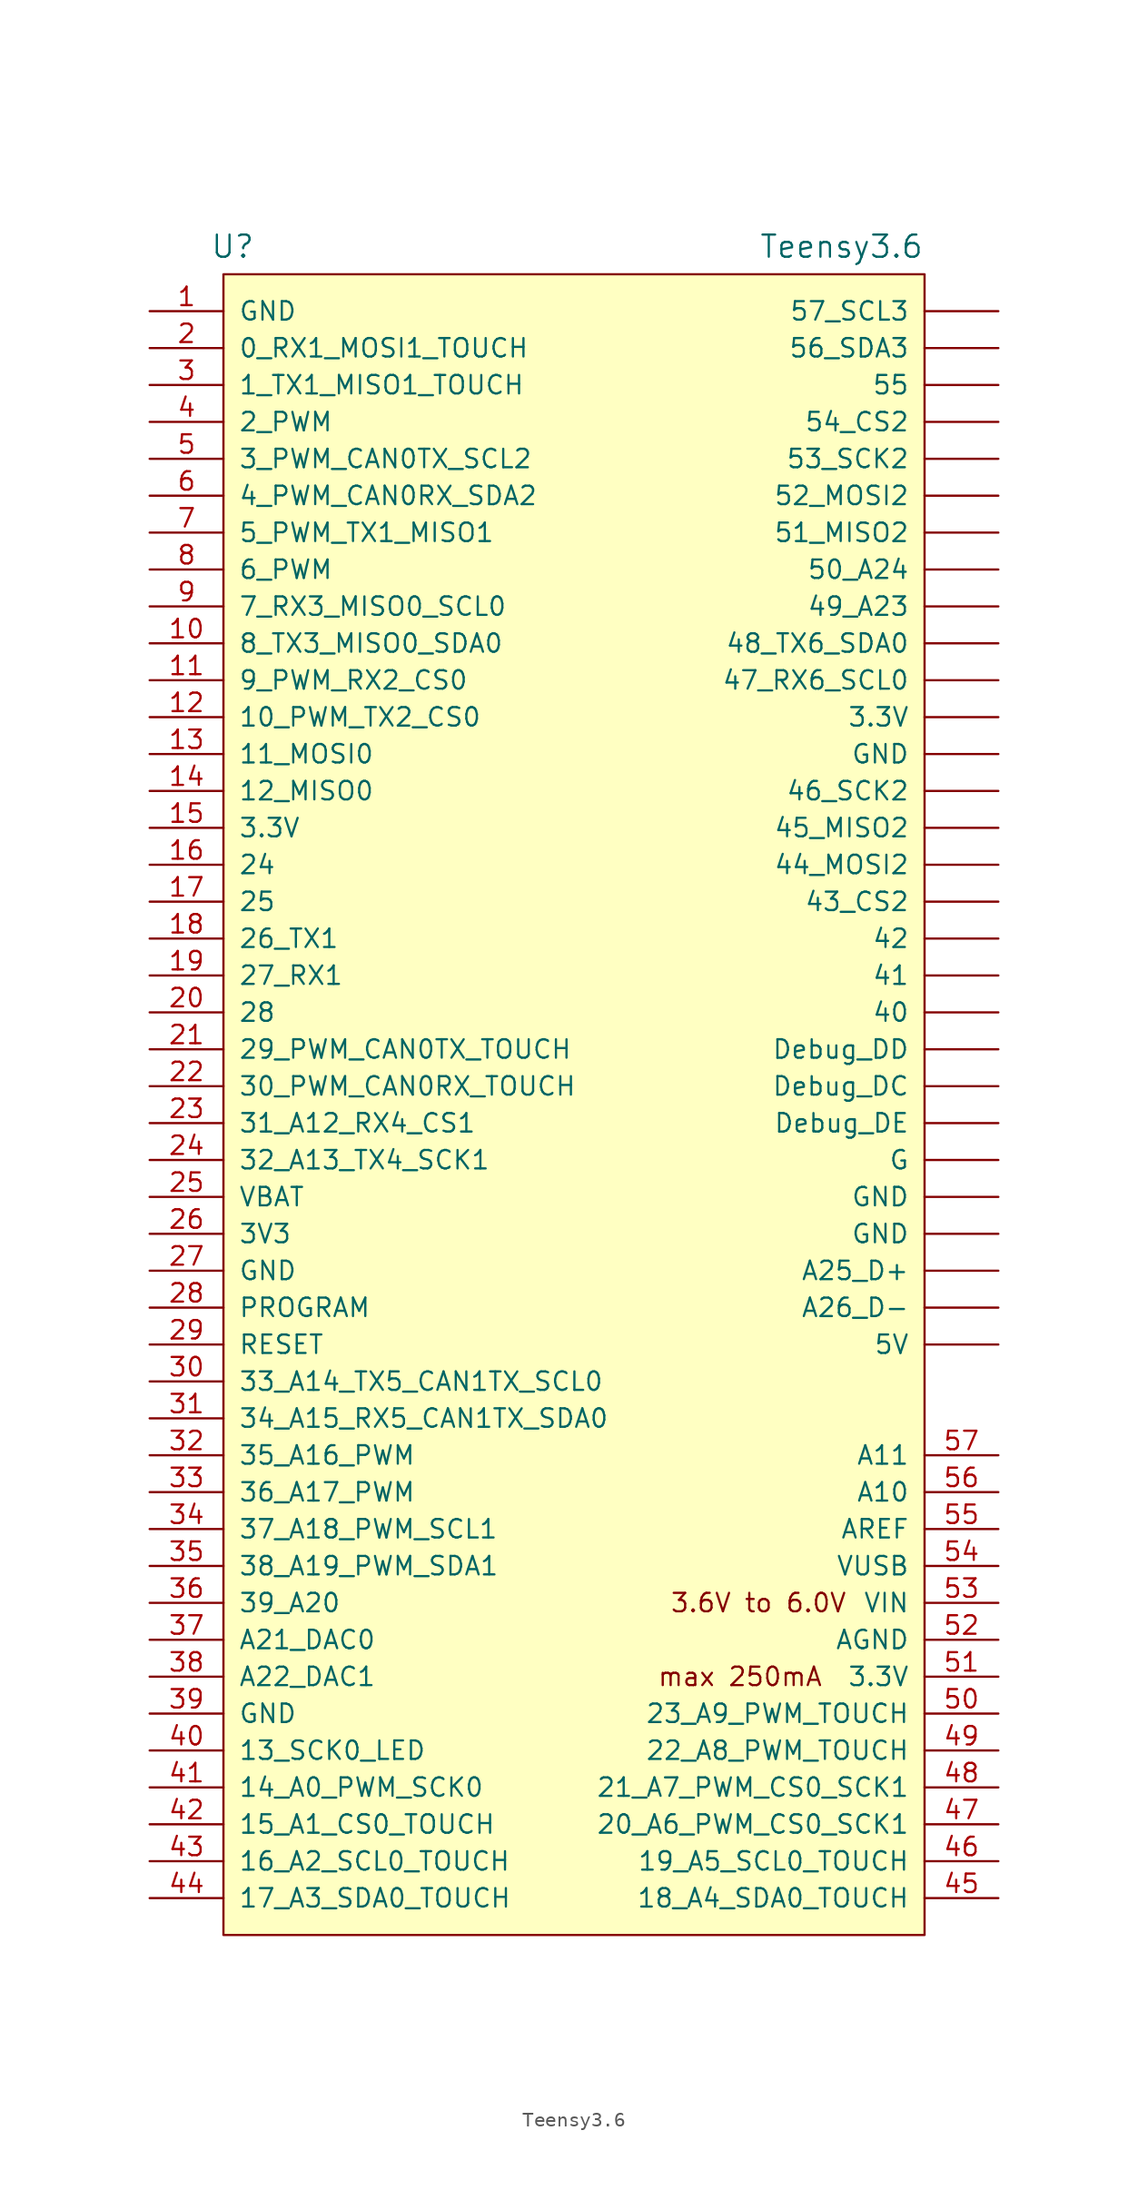
<source format=kicad_sym>
(kicad_symbol_lib
  (version 20231120)
  (generator "kicad_symbol_editor")
  (generator_version "8.0")
  (symbol "Teensy3.6"
    (pin_names
      (offset 1.016))
    (property "Reference" "U"
      (at -23.495 59.055 0)
      (effects (font (size 1.524 1.524))))
    (property "Value" "Teensy3.6"
      (at 18.415 59.055 0)
      (effects (font (size 1.524 1.524))))
    (symbol "Teensy3.6_0_0"
      (rectangle (start -24.13 57.15) (end 24.13 -57.15) (stroke (width 0) (type default)) (fill (type background)))
      (text "3.6V to 6.0V" (at 12.7 -34.29 0) (effects (font (size 1.27 1.27))))
      (text "max 250mA" (at 11.43 -39.37 0) (effects (font (size 1.27 1.27)))))
    (symbol "Teensy3.6_1_1"
      (pin power_in line (at -29.21 54.61 0) (length 5.08) (name "GND" (effects (font (size 1.27 1.27)))) (number "1" (effects (font (size 1.27 1.27)))))
      (pin bidirectional line (at -29.21 31.75 0) (length 5.08) (name "8_TX3_MISO0_SDA0" (effects (font (size 1.27 1.27)))) (number "10" (effects (font (size 1.27 1.27)))))
      (pin bidirectional line (at -29.21 29.21 0) (length 5.08) (name "9_PWM_RX2_CS0" (effects (font (size 1.27 1.27)))) (number "11" (effects (font (size 1.27 1.27)))))
      (pin bidirectional line (at -29.21 26.67 0) (length 5.08) (name "10_PWM_TX2_CS0" (effects (font (size 1.27 1.27)))) (number "12" (effects (font (size 1.27 1.27)))))
      (pin bidirectional line (at -29.21 24.13 0) (length 5.08) (name "11_MOSI0" (effects (font (size 1.27 1.27)))) (number "13" (effects (font (size 1.27 1.27)))))
      (pin bidirectional line (at -29.21 21.59 0) (length 5.08) (name "12_MISO0" (effects (font (size 1.27 1.27)))) (number "14" (effects (font (size 1.27 1.27)))))
      (pin power_in line (at -29.21 19.05 0) (length 5.08) (name "3.3V" (effects (font (size 1.27 1.27)))) (number "15" (effects (font (size 1.27 1.27)))))
      (pin bidirectional line (at -29.21 16.51 0) (length 5.08) (name "24" (effects (font (size 1.27 1.27)))) (number "16" (effects (font (size 1.27 1.27)))))
      (pin bidirectional line (at -29.21 13.97 0) (length 5.08) (name "25" (effects (font (size 1.27 1.27)))) (number "17" (effects (font (size 1.27 1.27)))))
      (pin bidirectional line (at -29.21 11.43 0) (length 5.08) (name "26_TX1" (effects (font (size 1.27 1.27)))) (number "18" (effects (font (size 1.27 1.27)))))
      (pin bidirectional line (at -29.21 8.89 0) (length 5.08) (name "27_RX1" (effects (font (size 1.27 1.27)))) (number "19" (effects (font (size 1.27 1.27)))))
      (pin bidirectional line (at -29.21 52.07 0) (length 5.08) (name "0_RX1_MOSI1_TOUCH" (effects (font (size 1.27 1.27)))) (number "2" (effects (font (size 1.27 1.27)))))
      (pin bidirectional line (at -29.21 6.35 0) (length 5.08) (name "28" (effects (font (size 1.27 1.27)))) (number "20" (effects (font (size 1.27 1.27)))))
      (pin bidirectional line (at -29.21 3.81 0) (length 5.08) (name "29_PWM_CAN0TX_TOUCH" (effects (font (size 1.27 1.27)))) (number "21" (effects (font (size 1.27 1.27)))))
      (pin bidirectional line (at -29.21 1.27 0) (length 5.08) (name "30_PWM_CAN0RX_TOUCH" (effects (font (size 1.27 1.27)))) (number "22" (effects (font (size 1.27 1.27)))))
      (pin bidirectional line (at -29.21 -1.27 0) (length 5.08) (name "31_A12_RX4_CS1" (effects (font (size 1.27 1.27)))) (number "23" (effects (font (size 1.27 1.27)))))
      (pin bidirectional line (at -29.21 -3.81 0) (length 5.08) (name "32_A13_TX4_SCK1" (effects (font (size 1.27 1.27)))) (number "24" (effects (font (size 1.27 1.27)))))
      (pin power_in line (at -29.21 -6.35 0) (length 5.08) (name "VBAT" (effects (font (size 1.27 1.27)))) (number "25" (effects (font (size 1.27 1.27)))))
      (pin power_in line (at -29.21 -8.89 0) (length 5.08) (name "3V3" (effects (font (size 1.27 1.27)))) (number "26" (effects (font (size 1.27 1.27)))))
      (pin power_in line (at -29.21 -11.43 0) (length 5.08) (name "GND" (effects (font (size 1.27 1.27)))) (number "27" (effects (font (size 1.27 1.27)))))
      (pin input line (at -29.21 -13.97 0) (length 5.08) (name "PROGRAM" (effects (font (size 1.27 1.27)))) (number "28" (effects (font (size 1.27 1.27)))))
      (pin input line (at -29.21 -16.51 0) (length 5.08) (name "RESET" (effects (font (size 1.27 1.27)))) (number "29" (effects (font (size 1.27 1.27)))))
      (pin bidirectional line (at -29.21 49.53 0) (length 5.08) (name "1_TX1_MISO1_TOUCH" (effects (font (size 1.27 1.27)))) (number "3" (effects (font (size 1.27 1.27)))))
      (pin bidirectional line (at -29.21 -19.05 0) (length 5.08) (name "33_A14_TX5_CAN1TX_SCL0" (effects (font (size 1.27 1.27)))) (number "30" (effects (font (size 1.27 1.27)))))
      (pin bidirectional line (at -29.21 -21.59 0) (length 5.08) (name "34_A15_RX5_CAN1TX_SDA0" (effects (font (size 1.27 1.27)))) (number "31" (effects (font (size 1.27 1.27)))))
      (pin bidirectional line (at -29.21 -24.13 0) (length 5.08) (name "35_A16_PWM" (effects (font (size 1.27 1.27)))) (number "32" (effects (font (size 1.27 1.27)))))
      (pin bidirectional line (at -29.21 -26.67 0) (length 5.08) (name "36_A17_PWM" (effects (font (size 1.27 1.27)))) (number "33" (effects (font (size 1.27 1.27)))))
      (pin bidirectional line (at -29.21 -29.21 0) (length 5.08) (name "37_A18_PWM_SCL1" (effects (font (size 1.27 1.27)))) (number "34" (effects (font (size 1.27 1.27)))))
      (pin bidirectional line (at -29.21 -31.75 0) (length 5.08) (name "38_A19_PWM_SDA1" (effects (font (size 1.27 1.27)))) (number "35" (effects (font (size 1.27 1.27)))))
      (pin bidirectional line (at -29.21 -34.29 0) (length 5.08) (name "39_A20" (effects (font (size 1.27 1.27)))) (number "36" (effects (font (size 1.27 1.27)))))
      (pin bidirectional line (at -29.21 -36.83 0) (length 5.08) (name "A21_DAC0" (effects (font (size 1.27 1.27)))) (number "37" (effects (font (size 1.27 1.27)))))
      (pin bidirectional line (at -29.21 -39.37 0) (length 5.08) (name "A22_DAC1" (effects (font (size 1.27 1.27)))) (number "38" (effects (font (size 1.27 1.27)))))
      (pin power_in line (at -29.21 -41.91 0) (length 5.08) (name "GND" (effects (font (size 1.27 1.27)))) (number "39" (effects (font (size 1.27 1.27)))))
      (pin bidirectional line (at -29.21 46.99 0) (length 5.08) (name "2_PWM" (effects (font (size 1.27 1.27)))) (number "4" (effects (font (size 1.27 1.27)))))
      (pin bidirectional line (at -29.21 -44.45 0) (length 5.08) (name "13_SCK0_LED" (effects (font (size 1.27 1.27)))) (number "40" (effects (font (size 1.27 1.27)))))
      (pin bidirectional line (at -29.21 -46.99 0) (length 5.08) (name "14_A0_PWM_SCK0" (effects (font (size 1.27 1.27)))) (number "41" (effects (font (size 1.27 1.27)))))
      (pin bidirectional line (at -29.21 -49.53 0) (length 5.08) (name "15_A1_CS0_TOUCH" (effects (font (size 1.27 1.27)))) (number "42" (effects (font (size 1.27 1.27)))))
      (pin bidirectional line (at -29.21 -52.07 0) (length 5.08) (name "16_A2_SCL0_TOUCH" (effects (font (size 1.27 1.27)))) (number "43" (effects (font (size 1.27 1.27)))))
      (pin bidirectional line (at -29.21 -54.61 0) (length 5.08) (name "17_A3_SDA0_TOUCH" (effects (font (size 1.27 1.27)))) (number "44" (effects (font (size 1.27 1.27)))))
      (pin bidirectional line (at 29.21 -54.61 180) (length 5.08) (name "18_A4_SDA0_TOUCH" (effects (font (size 1.27 1.27)))) (number "45" (effects (font (size 1.27 1.27)))))
      (pin bidirectional line (at 29.21 -52.07 180) (length 5.08) (name "19_A5_SCL0_TOUCH" (effects (font (size 1.27 1.27)))) (number "46" (effects (font (size 1.27 1.27)))))
      (pin bidirectional line (at 29.21 -49.53 180) (length 5.08) (name "20_A6_PWM_CS0_SCK1" (effects (font (size 1.27 1.27)))) (number "47" (effects (font (size 1.27 1.27)))))
      (pin bidirectional line (at 29.21 -46.99 180) (length 5.08) (name "21_A7_PWM_CS0_SCK1" (effects (font (size 1.27 1.27)))) (number "48" (effects (font (size 1.27 1.27)))))
      (pin bidirectional line (at 29.21 -44.45 180) (length 5.08) (name "22_A8_PWM_TOUCH" (effects (font (size 1.27 1.27)))) (number "49" (effects (font (size 1.27 1.27)))))
      (pin bidirectional line (at -29.21 44.45 0) (length 5.08) (name "3_PWM_CAN0TX_SCL2" (effects (font (size 1.27 1.27)))) (number "5" (effects (font (size 1.27 1.27)))))
      (pin bidirectional line (at 29.21 -41.91 180) (length 5.08) (name "23_A9_PWM_TOUCH" (effects (font (size 1.27 1.27)))) (number "50" (effects (font (size 1.27 1.27)))))
      (pin power_out line (at 29.21 -39.37 180) (length 5.08) (name "3.3V" (effects (font (size 1.27 1.27)))) (number "51" (effects (font (size 1.27 1.27)))))
      (pin power_out line (at 29.21 -36.83 180) (length 5.08) (name "AGND" (effects (font (size 1.27 1.27)))) (number "52" (effects (font (size 1.27 1.27)))))
      (pin power_in line (at 29.21 -34.29 180) (length 5.08) (name "VIN" (effects (font (size 1.27 1.27)))) (number "53" (effects (font (size 1.27 1.27)))))
      (pin power_in line (at 29.21 -31.75 180) (length 5.08) (name "VUSB" (effects (font (size 1.27 1.27)))) (number "54" (effects (font (size 1.27 1.27)))))
      (pin input line (at 29.21 -29.21 180) (length 5.08) (name "AREF" (effects (font (size 1.27 1.27)))) (number "55" (effects (font (size 1.27 1.27)))))
      (pin bidirectional line (at 29.21 -26.67 180) (length 5.08) (name "A10" (effects (font (size 1.27 1.27)))) (number "56" (effects (font (size 1.27 1.27)))))
      (pin bidirectional line (at 29.21 -24.13 180) (length 5.08) (name "A11" (effects (font (size 1.27 1.27)))) (number "57" (effects (font (size 1.27 1.27)))))
      (pin bidirectional line (at -29.21 41.91 0) (length 5.08) (name "4_PWM_CAN0RX_SDA2" (effects (font (size 1.27 1.27)))) (number "6" (effects (font (size 1.27 1.27)))))
      (pin bidirectional line (at -29.21 39.37 0) (length 5.08) (name "5_PWM_TX1_MISO1" (effects (font (size 1.27 1.27)))) (number "7" (effects (font (size 1.27 1.27)))))
      (pin bidirectional line (at -29.21 36.83 0) (length 5.08) (name "6_PWM" (effects (font (size 1.27 1.27)))) (number "8" (effects (font (size 1.27 1.27)))))
      (pin bidirectional line (at -29.21 34.29 0) (length 5.08) (name "7_RX3_MISO0_SCL0" (effects (font (size 1.27 1.27)))) (number "9" (effects (font (size 1.27 1.27)))))
      (pin power_in line (at 29.21 26.67 180) (length 5.08) (name "3.3V" (effects (font (size 1.27 1.27)))) (number "~" (effects (font (size 1.27 1.27)))))
      (pin bidirectional line (at 29.21 6.35 180) (length 5.08) (name "40" (effects (font (size 1.27 1.27)))) (number "~" (effects (font (size 1.27 1.27)))))
      (pin bidirectional line (at 29.21 8.89 180) (length 5.08) (name "41" (effects (font (size 1.27 1.27)))) (number "~" (effects (font (size 1.27 1.27)))))
      (pin bidirectional line (at 29.21 11.43 180) (length 5.08) (name "42" (effects (font (size 1.27 1.27)))) (number "~" (effects (font (size 1.27 1.27)))))
      (pin bidirectional line (at 29.21 13.97 180) (length 5.08) (name "43_CS2" (effects (font (size 1.27 1.27)))) (number "~" (effects (font (size 1.27 1.27)))))
      (pin bidirectional line (at 29.21 16.51 180) (length 5.08) (name "44_MOSI2" (effects (font (size 1.27 1.27)))) (number "~" (effects (font (size 1.27 1.27)))))
      (pin bidirectional line (at 29.21 19.05 180) (length 5.08) (name "45_MISO2" (effects (font (size 1.27 1.27)))) (number "~" (effects (font (size 1.27 1.27)))))
      (pin bidirectional line (at 29.21 21.59 180) (length 5.08) (name "46_SCK2" (effects (font (size 1.27 1.27)))) (number "~" (effects (font (size 1.27 1.27)))))
      (pin bidirectional line (at 29.21 29.21 180) (length 5.08) (name "47_RX6_SCL0" (effects (font (size 1.27 1.27)))) (number "~" (effects (font (size 1.27 1.27)))))
      (pin bidirectional line (at 29.21 31.75 180) (length 5.08) (name "48_TX6_SDA0" (effects (font (size 1.27 1.27)))) (number "~" (effects (font (size 1.27 1.27)))))
      (pin bidirectional line (at 29.21 34.29 180) (length 5.08) (name "49_A23" (effects (font (size 1.27 1.27)))) (number "~" (effects (font (size 1.27 1.27)))))
      (pin bidirectional line (at 29.21 36.83 180) (length 5.08) (name "50_A24" (effects (font (size 1.27 1.27)))) (number "~" (effects (font (size 1.27 1.27)))))
      (pin bidirectional line (at 29.21 39.37 180) (length 5.08) (name "51_MISO2" (effects (font (size 1.27 1.27)))) (number "~" (effects (font (size 1.27 1.27)))))
      (pin bidirectional line (at 29.21 41.91 180) (length 5.08) (name "52_MOSI2" (effects (font (size 1.27 1.27)))) (number "~" (effects (font (size 1.27 1.27)))))
      (pin bidirectional line (at 29.21 44.45 180) (length 5.08) (name "53_SCK2" (effects (font (size 1.27 1.27)))) (number "~" (effects (font (size 1.27 1.27)))))
      (pin bidirectional line (at 29.21 46.99 180) (length 5.08) (name "54_CS2" (effects (font (size 1.27 1.27)))) (number "~" (effects (font (size 1.27 1.27)))))
      (pin bidirectional line (at 29.21 49.53 180) (length 5.08) (name "55" (effects (font (size 1.27 1.27)))) (number "~" (effects (font (size 1.27 1.27)))))
      (pin bidirectional line (at 29.21 52.07 180) (length 5.08) (name "56_SDA3" (effects (font (size 1.27 1.27)))) (number "~" (effects (font (size 1.27 1.27)))))
      (pin bidirectional line (at 29.21 54.61 180) (length 5.08) (name "57_SCL3" (effects (font (size 1.27 1.27)))) (number "~" (effects (font (size 1.27 1.27)))))
      (pin power_in line (at 29.21 -16.51 180) (length 5.08) (name "5V" (effects (font (size 1.27 1.27)))) (number "~" (effects (font (size 1.27 1.27)))))
      (pin bidirectional line (at 29.21 -11.43 180) (length 5.08) (name "A25_D+" (effects (font (size 1.27 1.27)))) (number "~" (effects (font (size 1.27 1.27)))))
      (pin bidirectional line (at 29.21 -13.97 180) (length 5.08) (name "A26_D-" (effects (font (size 1.27 1.27)))) (number "~" (effects (font (size 1.27 1.27)))))
      (pin input line (at 29.21 1.27 180) (length 5.08) (name "Debug_DC" (effects (font (size 1.27 1.27)))) (number "~" (effects (font (size 1.27 1.27)))))
      (pin input line (at 29.21 3.81 180) (length 5.08) (name "Debug_DD" (effects (font (size 1.27 1.27)))) (number "~" (effects (font (size 1.27 1.27)))))
      (pin input line (at 29.21 -1.27 180) (length 5.08) (name "Debug_DE" (effects (font (size 1.27 1.27)))) (number "~" (effects (font (size 1.27 1.27)))))
      (pin power_in line (at 29.21 -3.81 180) (length 5.08) (name "G" (effects (font (size 1.27 1.27)))) (number "~" (effects (font (size 1.27 1.27)))))
      (pin power_in line (at 29.21 -8.89 180) (length 5.08) (name "GND" (effects (font (size 1.27 1.27)))) (number "~" (effects (font (size 1.27 1.27)))))
      (pin power_in line (at 29.21 -6.35 180) (length 5.08) (name "GND" (effects (font (size 1.27 1.27)))) (number "~" (effects (font (size 1.27 1.27)))))
      (pin power_in line (at 29.21 24.13 180) (length 5.08) (name "GND" (effects (font (size 1.27 1.27)))) (number "~" (effects (font (size 1.27 1.27))))))))
</source>
